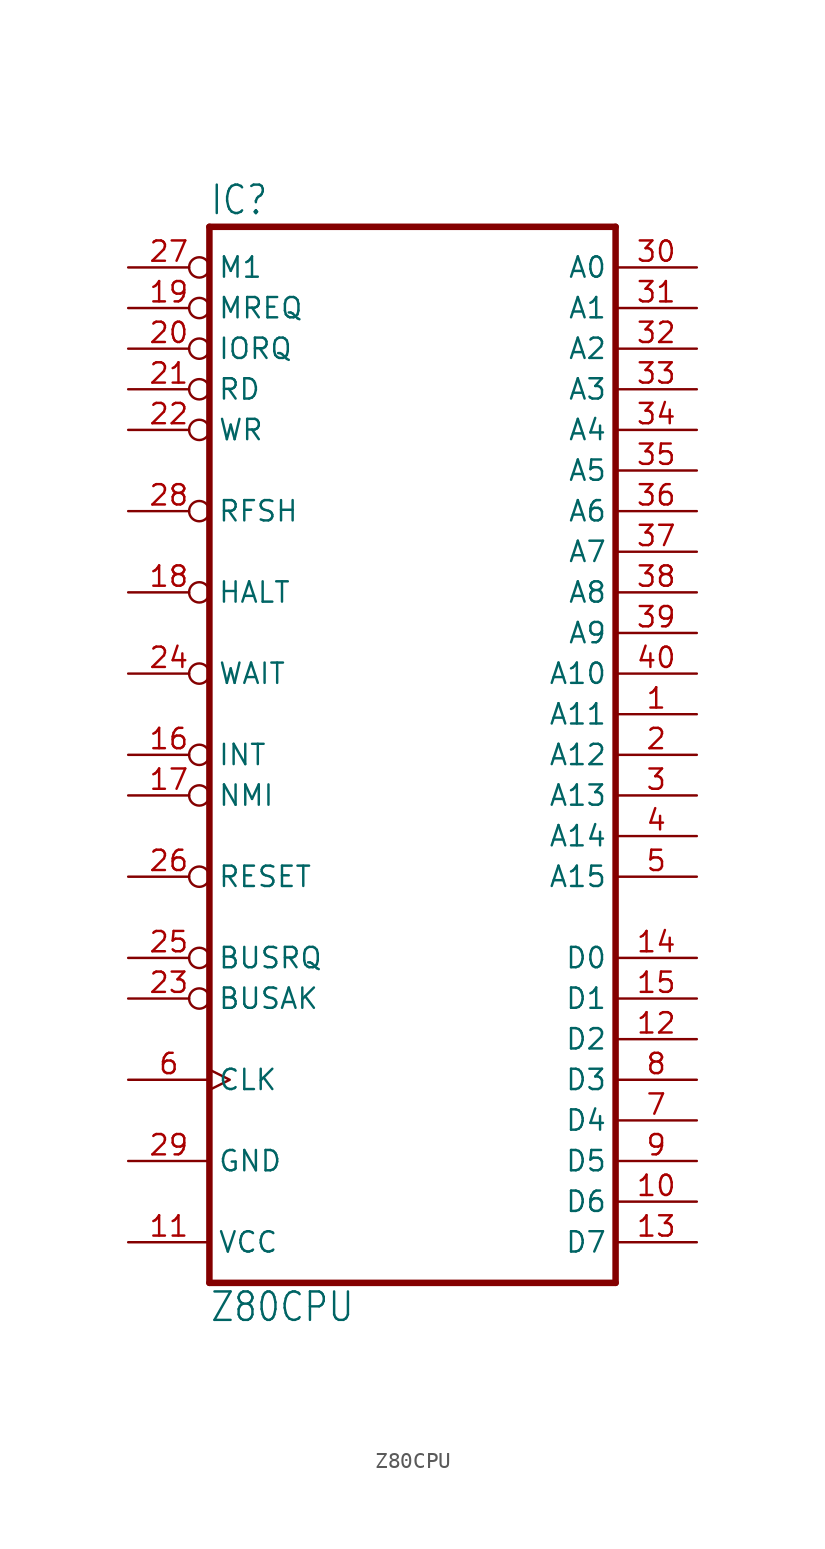
<source format=kicad_sym>
(kicad_symbol_lib
  (version 20211014)
  (generator kicad_symbol_editor)
  (symbol "Z80CPU"
    (property "Reference" "IC"
      (at -12.7 31.115 0)
      (effects (font (size 1.778 1.511)) (justify left bottom)))
    (property "Value" "Z80CPU"
      (at -12.7 -38.1 0)
      (effects (font (size 1.778 1.511)) (justify left bottom)))
    (property "ki_locked" ""
      (at 0 0 0)
      (effects (font (size 1.27 1.27))))
    (symbol "Z80CPU_1_0"
      (polyline (pts (xy -12.7 -35.56) (xy -12.7 30.48)) (stroke (width 0.406) (type default) (color 0 0 0 0)) (fill (type none)))
      (polyline (pts (xy -12.7 -35.56) (xy 12.7 -35.56)) (stroke (width 0.406) (type default) (color 0 0 0 0)) (fill (type none)))
      (polyline (pts (xy 12.7 30.48) (xy -12.7 30.48)) (stroke (width 0.406) (type default) (color 0 0 0 0)) (fill (type none)))
      (polyline (pts (xy 12.7 30.48) (xy 12.7 -35.56)) (stroke (width 0.406) (type default) (color 0 0 0 0)) (fill (type none)))
      (pin output line (at 17.78 0 180) (length 5.08) (name "A11" (effects (font (size 1.27 1.27)))) (number "1" (effects (font (size 1.27 1.27)))))
      (pin bidirectional line (at 17.78 -30.48 180) (length 5.08) (name "D6" (effects (font (size 1.27 1.27)))) (number "10" (effects (font (size 1.27 1.27)))))
      (pin power_in line (at -17.78 -33.02 0) (length 5.08) (name "VCC" (effects (font (size 1.27 1.27)))) (number "11" (effects (font (size 1.27 1.27)))))
      (pin bidirectional line (at 17.78 -20.32 180) (length 5.08) (name "D2" (effects (font (size 1.27 1.27)))) (number "12" (effects (font (size 1.27 1.27)))))
      (pin bidirectional line (at 17.78 -33.02 180) (length 5.08) (name "D7" (effects (font (size 1.27 1.27)))) (number "13" (effects (font (size 1.27 1.27)))))
      (pin bidirectional line (at 17.78 -15.24 180) (length 5.08) (name "D0" (effects (font (size 1.27 1.27)))) (number "14" (effects (font (size 1.27 1.27)))))
      (pin bidirectional line (at 17.78 -17.78 180) (length 5.08) (name "D1" (effects (font (size 1.27 1.27)))) (number "15" (effects (font (size 1.27 1.27)))))
      (pin input inverted (at -17.78 -2.54 0) (length 5.08) (name "INT" (effects (font (size 1.27 1.27)))) (number "16" (effects (font (size 1.27 1.27)))))
      (pin input inverted (at -17.78 -5.08 0) (length 5.08) (name "NMI" (effects (font (size 1.27 1.27)))) (number "17" (effects (font (size 1.27 1.27)))))
      (pin output inverted (at -17.78 7.62 0) (length 5.08) (name "HALT" (effects (font (size 1.27 1.27)))) (number "18" (effects (font (size 1.27 1.27)))))
      (pin output inverted (at -17.78 25.4 0) (length 5.08) (name "MREQ" (effects (font (size 1.27 1.27)))) (number "19" (effects (font (size 1.27 1.27)))))
      (pin output line (at 17.78 -2.54 180) (length 5.08) (name "A12" (effects (font (size 1.27 1.27)))) (number "2" (effects (font (size 1.27 1.27)))))
      (pin output inverted (at -17.78 22.86 0) (length 5.08) (name "IORQ" (effects (font (size 1.27 1.27)))) (number "20" (effects (font (size 1.27 1.27)))))
      (pin output inverted (at -17.78 20.32 0) (length 5.08) (name "RD" (effects (font (size 1.27 1.27)))) (number "21" (effects (font (size 1.27 1.27)))))
      (pin output inverted (at -17.78 17.78 0) (length 5.08) (name "WR" (effects (font (size 1.27 1.27)))) (number "22" (effects (font (size 1.27 1.27)))))
      (pin output inverted (at -17.78 -17.78 0) (length 5.08) (name "BUSAK" (effects (font (size 1.27 1.27)))) (number "23" (effects (font (size 1.27 1.27)))))
      (pin input inverted (at -17.78 2.54 0) (length 5.08) (name "WAIT" (effects (font (size 1.27 1.27)))) (number "24" (effects (font (size 1.27 1.27)))))
      (pin input inverted (at -17.78 -15.24 0) (length 5.08) (name "BUSRQ" (effects (font (size 1.27 1.27)))) (number "25" (effects (font (size 1.27 1.27)))))
      (pin input inverted (at -17.78 -10.16 0) (length 5.08) (name "RESET" (effects (font (size 1.27 1.27)))) (number "26" (effects (font (size 1.27 1.27)))))
      (pin output inverted (at -17.78 27.94 0) (length 5.08) (name "M1" (effects (font (size 1.27 1.27)))) (number "27" (effects (font (size 1.27 1.27)))))
      (pin output inverted (at -17.78 12.7 0) (length 5.08) (name "RFSH" (effects (font (size 1.27 1.27)))) (number "28" (effects (font (size 1.27 1.27)))))
      (pin power_in line (at -17.78 -27.94 0) (length 5.08) (name "GND" (effects (font (size 1.27 1.27)))) (number "29" (effects (font (size 1.27 1.27)))))
      (pin output line (at 17.78 -5.08 180) (length 5.08) (name "A13" (effects (font (size 1.27 1.27)))) (number "3" (effects (font (size 1.27 1.27)))))
      (pin output line (at 17.78 27.94 180) (length 5.08) (name "A0" (effects (font (size 1.27 1.27)))) (number "30" (effects (font (size 1.27 1.27)))))
      (pin output line (at 17.78 25.4 180) (length 5.08) (name "A1" (effects (font (size 1.27 1.27)))) (number "31" (effects (font (size 1.27 1.27)))))
      (pin output line (at 17.78 22.86 180) (length 5.08) (name "A2" (effects (font (size 1.27 1.27)))) (number "32" (effects (font (size 1.27 1.27)))))
      (pin output line (at 17.78 20.32 180) (length 5.08) (name "A3" (effects (font (size 1.27 1.27)))) (number "33" (effects (font (size 1.27 1.27)))))
      (pin output line (at 17.78 17.78 180) (length 5.08) (name "A4" (effects (font (size 1.27 1.27)))) (number "34" (effects (font (size 1.27 1.27)))))
      (pin output line (at 17.78 15.24 180) (length 5.08) (name "A5" (effects (font (size 1.27 1.27)))) (number "35" (effects (font (size 1.27 1.27)))))
      (pin output line (at 17.78 12.7 180) (length 5.08) (name "A6" (effects (font (size 1.27 1.27)))) (number "36" (effects (font (size 1.27 1.27)))))
      (pin output line (at 17.78 10.16 180) (length 5.08) (name "A7" (effects (font (size 1.27 1.27)))) (number "37" (effects (font (size 1.27 1.27)))))
      (pin output line (at 17.78 7.62 180) (length 5.08) (name "A8" (effects (font (size 1.27 1.27)))) (number "38" (effects (font (size 1.27 1.27)))))
      (pin output line (at 17.78 5.08 180) (length 5.08) (name "A9" (effects (font (size 1.27 1.27)))) (number "39" (effects (font (size 1.27 1.27)))))
      (pin output line (at 17.78 -7.62 180) (length 5.08) (name "A14" (effects (font (size 1.27 1.27)))) (number "4" (effects (font (size 1.27 1.27)))))
      (pin output line (at 17.78 2.54 180) (length 5.08) (name "A10" (effects (font (size 1.27 1.27)))) (number "40" (effects (font (size 1.27 1.27)))))
      (pin output line (at 17.78 -10.16 180) (length 5.08) (name "A15" (effects (font (size 1.27 1.27)))) (number "5" (effects (font (size 1.27 1.27)))))
      (pin input clock (at -17.78 -22.86 0) (length 5.08) (name "CLK" (effects (font (size 1.27 1.27)))) (number "6" (effects (font (size 1.27 1.27)))))
      (pin bidirectional line (at 17.78 -25.4 180) (length 5.08) (name "D4" (effects (font (size 1.27 1.27)))) (number "7" (effects (font (size 1.27 1.27)))))
      (pin bidirectional line (at 17.78 -22.86 180) (length 5.08) (name "D3" (effects (font (size 1.27 1.27)))) (number "8" (effects (font (size 1.27 1.27)))))
      (pin bidirectional line (at 17.78 -27.94 180) (length 5.08) (name "D5" (effects (font (size 1.27 1.27)))) (number "9" (effects (font (size 1.27 1.27))))))))
</source>
